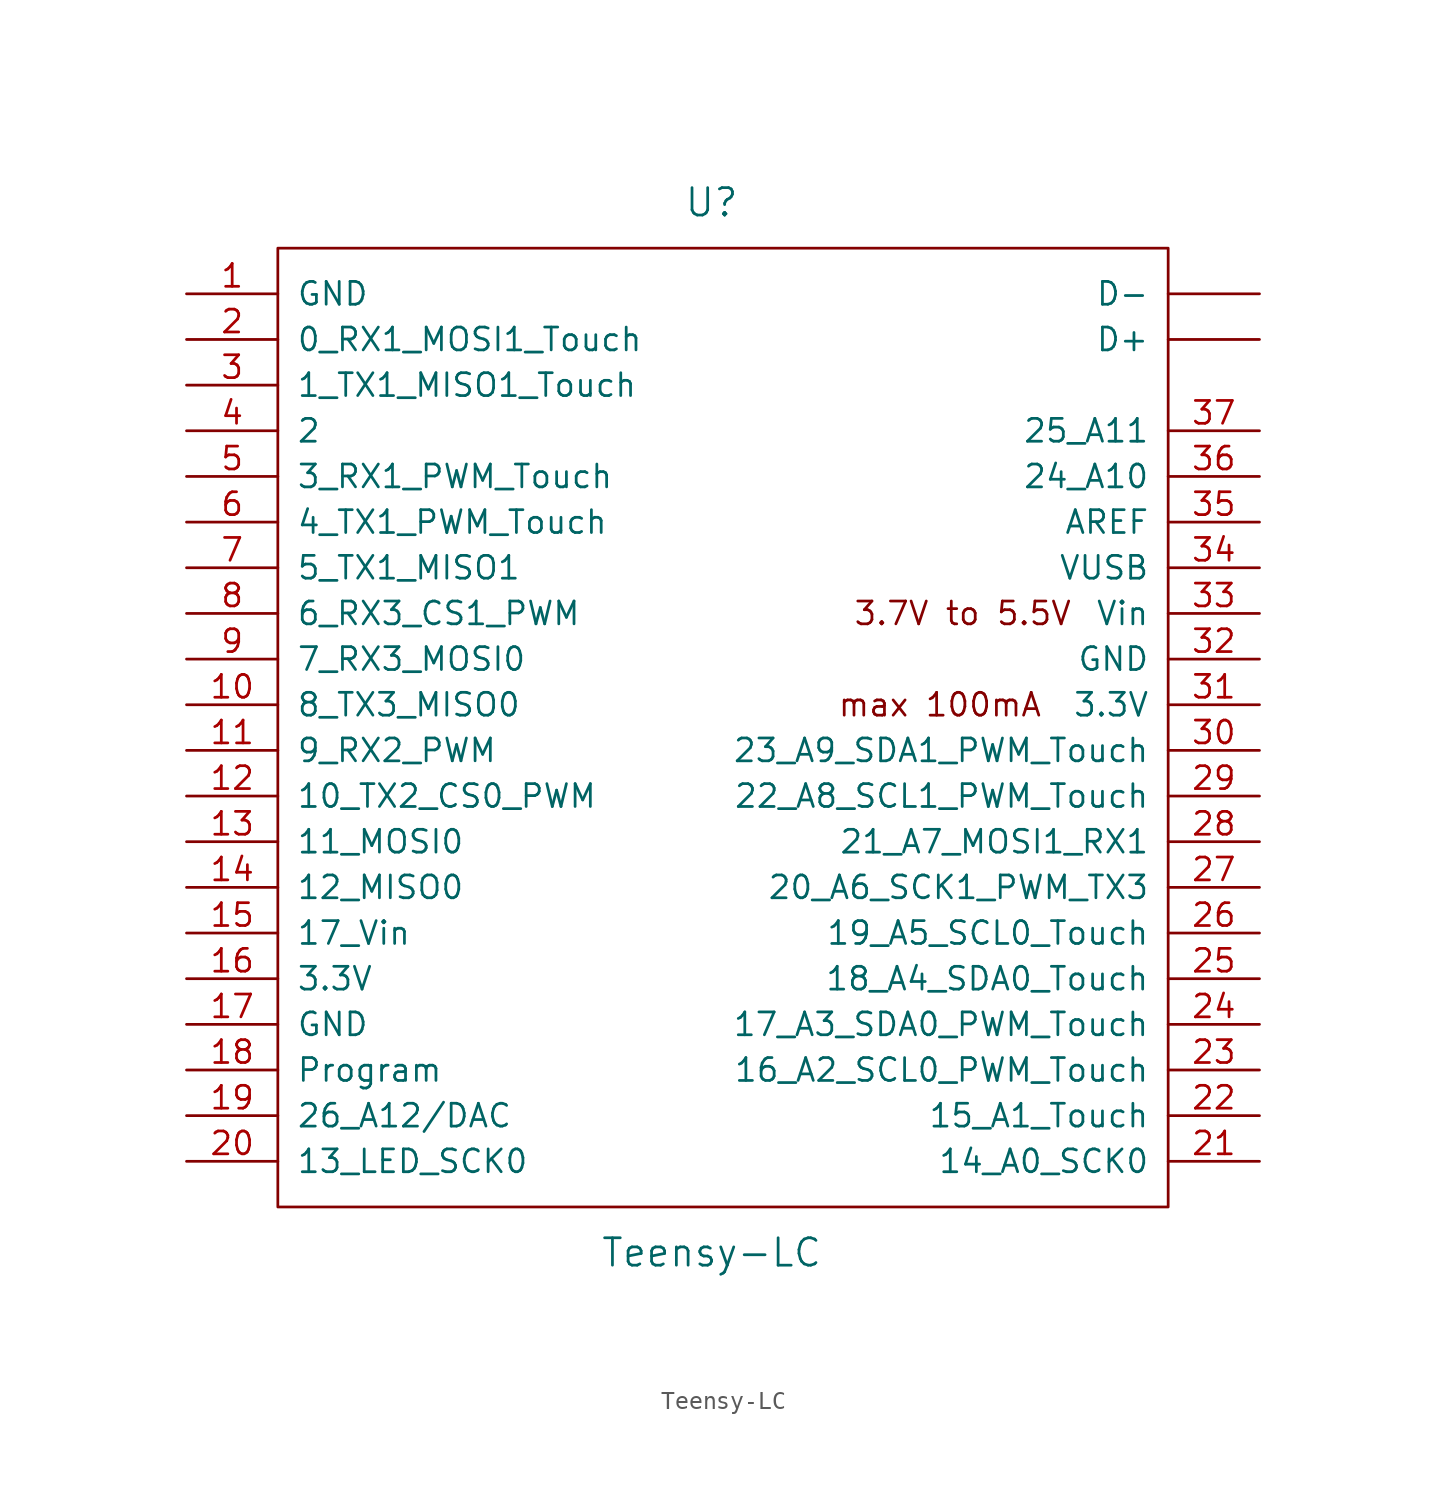
<source format=kicad_sym>
(kicad_symbol_lib
  (version 20211014)
  (generator kicad_symbol_editor)
  (symbol "Teensy-LC"
    (pin_names
      (offset 1.016))
    (property "Reference" "U"
      (at 0 29.21 0)
      (effects (font (size 1.524 1.524))))
    (property "Value" "Teensy-LC"
      (at 0 -29.21 0)
      (effects (font (size 1.524 1.524))))
    (property "Footprint" ""
      (at 0 -13.97 0)
      (effects (font (size 1.524 1.524))))
    (property "Datasheet" ""
      (at 0 -13.97 0)
      (effects (font (size 1.524 1.524))))
    (symbol "Teensy-LC_0_0"
      (text "3.7V to 5.5V" (at 13.97 6.35 0) (effects (font (size 1.27 1.27))))
      (text "max 100mA" (at 12.7 1.27 0) (effects (font (size 1.27 1.27)))))
    (symbol "Teensy-LC_0_1"
      (rectangle (start -24.13 26.67) (end 25.4 -26.67) (stroke (width 0) (type default) (color 0 0 0 0)) (fill (type none))))
    (symbol "Teensy-LC_1_1"
      (pin power_in line (at -29.21 24.13 0) (length 5.08) (name "GND" (effects (font (size 1.27 1.27)))) (number "1" (effects (font (size 1.27 1.27)))))
      (pin bidirectional line (at -29.21 1.27 0) (length 5.08) (name "8_TX3_MISO0" (effects (font (size 1.27 1.27)))) (number "10" (effects (font (size 1.27 1.27)))))
      (pin bidirectional line (at -29.21 -1.27 0) (length 5.08) (name "9_RX2_PWM" (effects (font (size 1.27 1.27)))) (number "11" (effects (font (size 1.27 1.27)))))
      (pin bidirectional line (at -29.21 -3.81 0) (length 5.08) (name "10_TX2_CS0_PWM" (effects (font (size 1.27 1.27)))) (number "12" (effects (font (size 1.27 1.27)))))
      (pin bidirectional line (at -29.21 -6.35 0) (length 5.08) (name "11_MOSI0" (effects (font (size 1.27 1.27)))) (number "13" (effects (font (size 1.27 1.27)))))
      (pin bidirectional line (at -29.21 -8.89 0) (length 5.08) (name "12_MISO0" (effects (font (size 1.27 1.27)))) (number "14" (effects (font (size 1.27 1.27)))))
      (pin output line (at -29.21 -11.43 0) (length 5.08) (name "17_Vin" (effects (font (size 1.27 1.27)))) (number "15" (effects (font (size 1.27 1.27)))))
      (pin power_in line (at -29.21 -13.97 0) (length 5.08) (name "3.3V" (effects (font (size 1.27 1.27)))) (number "16" (effects (font (size 1.27 1.27)))))
      (pin power_in line (at -29.21 -16.51 0) (length 5.08) (name "GND" (effects (font (size 1.27 1.27)))) (number "17" (effects (font (size 1.27 1.27)))))
      (pin input line (at -29.21 -19.05 0) (length 5.08) (name "Program" (effects (font (size 1.27 1.27)))) (number "18" (effects (font (size 1.27 1.27)))))
      (pin bidirectional line (at -29.21 -21.59 0) (length 5.08) (name "26_A12/DAC" (effects (font (size 1.27 1.27)))) (number "19" (effects (font (size 1.27 1.27)))))
      (pin bidirectional line (at -29.21 21.59 0) (length 5.08) (name "0_RX1_MOSI1_Touch" (effects (font (size 1.27 1.27)))) (number "2" (effects (font (size 1.27 1.27)))))
      (pin bidirectional line (at -29.21 -24.13 0) (length 5.08) (name "13_LED_SCK0" (effects (font (size 1.27 1.27)))) (number "20" (effects (font (size 1.27 1.27)))))
      (pin bidirectional line (at 30.48 -24.13 180) (length 5.08) (name "14_A0_SCK0" (effects (font (size 1.27 1.27)))) (number "21" (effects (font (size 1.27 1.27)))))
      (pin bidirectional line (at 30.48 -21.59 180) (length 5.08) (name "15_A1_Touch" (effects (font (size 1.27 1.27)))) (number "22" (effects (font (size 1.27 1.27)))))
      (pin bidirectional line (at 30.48 -19.05 180) (length 5.08) (name "16_A2_SCL0_PWM_Touch" (effects (font (size 1.27 1.27)))) (number "23" (effects (font (size 1.27 1.27)))))
      (pin bidirectional line (at 30.48 -16.51 180) (length 5.08) (name "17_A3_SDA0_PWM_Touch" (effects (font (size 1.27 1.27)))) (number "24" (effects (font (size 1.27 1.27)))))
      (pin bidirectional line (at 30.48 -13.97 180) (length 5.08) (name "18_A4_SDA0_Touch" (effects (font (size 1.27 1.27)))) (number "25" (effects (font (size 1.27 1.27)))))
      (pin bidirectional line (at 30.48 -11.43 180) (length 5.08) (name "19_A5_SCL0_Touch" (effects (font (size 1.27 1.27)))) (number "26" (effects (font (size 1.27 1.27)))))
      (pin bidirectional line (at 30.48 -8.89 180) (length 5.08) (name "20_A6_SCK1_PWM_TX3" (effects (font (size 1.27 1.27)))) (number "27" (effects (font (size 1.27 1.27)))))
      (pin bidirectional line (at 30.48 -6.35 180) (length 5.08) (name "21_A7_MOSI1_RX1" (effects (font (size 1.27 1.27)))) (number "28" (effects (font (size 1.27 1.27)))))
      (pin bidirectional line (at 30.48 -3.81 180) (length 5.08) (name "22_A8_SCL1_PWM_Touch" (effects (font (size 1.27 1.27)))) (number "29" (effects (font (size 1.27 1.27)))))
      (pin bidirectional line (at -29.21 19.05 0) (length 5.08) (name "1_TX1_MISO1_Touch" (effects (font (size 1.27 1.27)))) (number "3" (effects (font (size 1.27 1.27)))))
      (pin bidirectional line (at 30.48 -1.27 180) (length 5.08) (name "23_A9_SDA1_PWM_Touch" (effects (font (size 1.27 1.27)))) (number "30" (effects (font (size 1.27 1.27)))))
      (pin power_out line (at 30.48 1.27 180) (length 5.08) (name "3.3V" (effects (font (size 1.27 1.27)))) (number "31" (effects (font (size 1.27 1.27)))))
      (pin power_in line (at 30.48 3.81 180) (length 5.08) (name "GND" (effects (font (size 1.27 1.27)))) (number "32" (effects (font (size 1.27 1.27)))))
      (pin power_in line (at 30.48 6.35 180) (length 5.08) (name "Vin" (effects (font (size 1.27 1.27)))) (number "33" (effects (font (size 1.27 1.27)))))
      (pin power_in line (at 30.48 8.89 180) (length 5.08) (name "VUSB" (effects (font (size 1.27 1.27)))) (number "34" (effects (font (size 1.27 1.27)))))
      (pin input line (at 30.48 11.43 180) (length 5.08) (name "AREF" (effects (font (size 1.27 1.27)))) (number "35" (effects (font (size 1.27 1.27)))))
      (pin bidirectional line (at 30.48 13.97 180) (length 5.08) (name "24_A10" (effects (font (size 1.27 1.27)))) (number "36" (effects (font (size 1.27 1.27)))))
      (pin bidirectional line (at 30.48 16.51 180) (length 5.08) (name "25_A11" (effects (font (size 1.27 1.27)))) (number "37" (effects (font (size 1.27 1.27)))))
      (pin bidirectional line (at -29.21 16.51 0) (length 5.08) (name "2" (effects (font (size 1.27 1.27)))) (number "4" (effects (font (size 1.27 1.27)))))
      (pin bidirectional line (at -29.21 13.97 0) (length 5.08) (name "3_RX1_PWM_Touch" (effects (font (size 1.27 1.27)))) (number "5" (effects (font (size 1.27 1.27)))))
      (pin bidirectional line (at -29.21 11.43 0) (length 5.08) (name "4_TX1_PWM_Touch" (effects (font (size 1.27 1.27)))) (number "6" (effects (font (size 1.27 1.27)))))
      (pin bidirectional line (at -29.21 8.89 0) (length 5.08) (name "5_TX1_MISO1" (effects (font (size 1.27 1.27)))) (number "7" (effects (font (size 1.27 1.27)))))
      (pin bidirectional line (at -29.21 6.35 0) (length 5.08) (name "6_RX3_CS1_PWM" (effects (font (size 1.27 1.27)))) (number "8" (effects (font (size 1.27 1.27)))))
      (pin bidirectional line (at -29.21 3.81 0) (length 5.08) (name "7_RX3_MOSI0" (effects (font (size 1.27 1.27)))) (number "9" (effects (font (size 1.27 1.27)))))
      (pin bidirectional line (at 30.48 21.59 180) (length 5.08) (name "D+" (effects (font (size 1.27 1.27)))) (number "~" (effects (font (size 1.27 1.27)))))
      (pin bidirectional line (at 30.48 24.13 180) (length 5.08) (name "D-" (effects (font (size 1.27 1.27)))) (number "~" (effects (font (size 1.27 1.27))))))))
</source>
